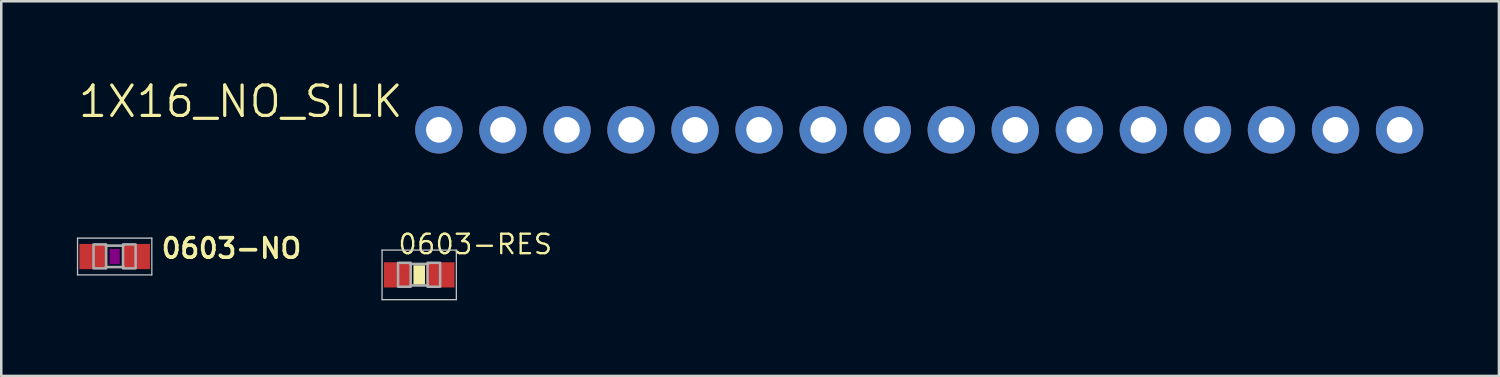
<source format=kicad_pcb>
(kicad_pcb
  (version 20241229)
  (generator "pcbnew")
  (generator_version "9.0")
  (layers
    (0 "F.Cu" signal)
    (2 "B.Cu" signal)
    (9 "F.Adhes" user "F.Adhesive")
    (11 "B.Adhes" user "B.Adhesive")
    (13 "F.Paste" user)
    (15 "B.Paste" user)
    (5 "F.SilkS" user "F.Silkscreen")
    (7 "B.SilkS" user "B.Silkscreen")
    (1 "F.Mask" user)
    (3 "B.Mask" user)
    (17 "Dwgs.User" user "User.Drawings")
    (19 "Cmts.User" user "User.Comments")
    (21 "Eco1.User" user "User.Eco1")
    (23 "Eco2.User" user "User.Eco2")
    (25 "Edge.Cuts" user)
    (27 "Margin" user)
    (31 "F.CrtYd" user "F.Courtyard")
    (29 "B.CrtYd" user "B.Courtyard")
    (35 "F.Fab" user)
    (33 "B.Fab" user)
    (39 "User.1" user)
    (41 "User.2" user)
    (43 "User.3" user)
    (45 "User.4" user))
  (footprint "0603-NO"
    (layer "F.Cu")
    (at 1.498 7.123)
    (property "Reference" "0603-NO" (at 1.778 0.127 0) (layer "F.SilkS") (effects (font (size 0.772 0.772) (thickness 0.146)) (justify left bottom)))
    (attr through_hole)
    (fp_poly (pts (xy -0.2 0.3) (xy 0.2 0.3) (xy 0.2 -0.3) (xy -0.2 -0.3)) (stroke (width 0) (type solid)) (fill yes) (layer "F.Adhes"))
    (fp_line (start -1.473 -0.729) (end 1.473 -0.729) (stroke (width 0.051) (type solid)) (layer "Dwgs.User"))
    (fp_line (start -1.473 0.729) (end -1.473 -0.729) (stroke (width 0.051) (type solid)) (layer "Dwgs.User"))
    (fp_line (start 1.473 -0.729) (end 1.473 0.729) (stroke (width 0.051) (type solid)) (layer "Dwgs.User"))
    (fp_line (start 1.473 0.729) (end -1.473 0.729) (stroke (width 0.051) (type solid)) (layer "Dwgs.User"))
    (fp_line (start -0.356 -0.432) (end 0.356 -0.432) (stroke (width 0.102) (type solid)) (layer "F.Fab"))
    (fp_line (start -0.356 0.419) (end 0.356 0.419) (stroke (width 0.102) (type solid)) (layer "F.Fab"))
    (fp_poly (pts (xy -0.838 0.47) (xy -0.338 0.47) (xy -0.338 -0.48) (xy -0.838 -0.48)) (stroke (width 0.1) (type solid)) (fill no) (layer "F.Fab"))
    (fp_poly (pts (xy 0.33 0.47) (xy 0.83 0.47) (xy 0.83 -0.48) (xy 0.33 -0.48)) (stroke (width 0.1) (type solid)) (fill no) (layer "F.Fab"))
    (pad "1" smd rect (at -0.85 0) (size 1.1 1) (layers "F.Cu" "F.Mask" "F.Paste"))
    (pad "2" smd rect (at 0.85 0) (size 1.1 1) (layers "F.Cu" "F.Mask" "F.Paste")))
  (footprint "0603-RES"
    (layer "F.Cu")
    (at 13.575 7.851)
    (property "Reference" "0603-RES" (at -0.889 -0.762 0) (layer "F.SilkS") (effects (font (size 0.772 0.772) (thickness 0.093)) (justify left bottom)))
    (attr through_hole)
    (fp_poly (pts (xy -0.229 0.381) (xy 0.229 0.381) (xy 0.229 -0.381) (xy -0.229 -0.381)) (stroke (width 0) (type solid)) (fill yes) (layer "F.SilkS"))
    (fp_poly (pts (xy -0.2 0.3) (xy 0.2 0.3) (xy 0.2 -0.3) (xy -0.2 -0.3)) (stroke (width 0) (type solid)) (fill yes) (layer "F.Adhes"))
    (fp_line (start -1.473 -0.983) (end 1.473 -0.983) (stroke (width 0.051) (type solid)) (layer "Dwgs.User"))
    (fp_line (start -1.473 0.983) (end -1.473 -0.983) (stroke (width 0.051) (type solid)) (layer "Dwgs.User"))
    (fp_line (start 1.473 -0.983) (end 1.473 0.983) (stroke (width 0.051) (type solid)) (layer "Dwgs.User"))
    (fp_line (start 1.473 0.983) (end -1.473 0.983) (stroke (width 0.051) (type solid)) (layer "Dwgs.User"))
    (fp_line (start -0.356 -0.432) (end 0.356 -0.432) (stroke (width 0.102) (type solid)) (layer "F.Fab"))
    (fp_line (start -0.356 0.419) (end 0.356 0.419) (stroke (width 0.102) (type solid)) (layer "F.Fab"))
    (fp_poly (pts (xy -0.838 0.47) (xy -0.338 0.47) (xy -0.338 -0.48) (xy -0.838 -0.48)) (stroke (width 0.1) (type solid)) (fill no) (layer "F.Fab"))
    (fp_poly (pts (xy 0.33 0.47) (xy 0.83 0.47) (xy 0.83 -0.48) (xy 0.33 -0.48)) (stroke (width 0.1) (type solid)) (fill no) (layer "F.Fab"))
    (pad "1" smd rect (at -0.85 0) (size 1.1 1) (layers "F.Cu" "F.Mask" "F.Paste"))
    (pad "2" smd rect (at 0.85 0) (size 1.1 1) (layers "F.Cu" "F.Mask" "F.Paste")))
  (footprint "1X16_NO_SILK"
    (layer "F.Cu")
    (at 14.355 2.099)
    (property "Reference" "1X16_NO_SILK" (at -1.346 -1.829 0) (layer "F.SilkS") (effects (font (size 1.206 1.206) (thickness 0.127)) (justify right top)))
    (attr through_hole)
    (fp_poly (pts (xy -0.254 0.254) (xy 0.254 0.254) (xy 0.254 -0.254) (xy -0.254 -0.254)) (stroke (width 0.1) (type solid)) (fill no) (layer "F.Fab"))
    (fp_poly (pts (xy 2.286 0.254) (xy 2.794 0.254) (xy 2.794 -0.254) (xy 2.286 -0.254)) (stroke (width 0.1) (type solid)) (fill no) (layer "F.Fab"))
    (fp_poly (pts (xy 4.826 0.254) (xy 5.334 0.254) (xy 5.334 -0.254) (xy 4.826 -0.254)) (stroke (width 0.1) (type solid)) (fill no) (layer "F.Fab"))
    (fp_poly (pts (xy 7.366 0.254) (xy 7.874 0.254) (xy 7.874 -0.254) (xy 7.366 -0.254)) (stroke (width 0.1) (type solid)) (fill no) (layer "F.Fab"))
    (fp_poly (pts (xy 9.906 0.254) (xy 10.414 0.254) (xy 10.414 -0.254) (xy 9.906 -0.254)) (stroke (width 0.1) (type solid)) (fill no) (layer "F.Fab"))
    (fp_poly (pts (xy 12.446 0.254) (xy 12.954 0.254) (xy 12.954 -0.254) (xy 12.446 -0.254)) (stroke (width 0.1) (type solid)) (fill no) (layer "F.Fab"))
    (fp_poly (pts (xy 14.986 0.254) (xy 15.494 0.254) (xy 15.494 -0.254) (xy 14.986 -0.254)) (stroke (width 0.1) (type solid)) (fill no) (layer "F.Fab"))
    (fp_poly (pts (xy 17.526 0.254) (xy 18.034 0.254) (xy 18.034 -0.254) (xy 17.526 -0.254)) (stroke (width 0.1) (type solid)) (fill no) (layer "F.Fab"))
    (fp_poly (pts (xy 20.066 0.254) (xy 20.574 0.254) (xy 20.574 -0.254) (xy 20.066 -0.254)) (stroke (width 0.1) (type solid)) (fill no) (layer "F.Fab"))
    (fp_poly (pts (xy 22.606 0.254) (xy 23.114 0.254) (xy 23.114 -0.254) (xy 22.606 -0.254)) (stroke (width 0.1) (type solid)) (fill no) (layer "F.Fab"))
    (fp_poly (pts (xy 25.146 0.254) (xy 25.654 0.254) (xy 25.654 -0.254) (xy 25.146 -0.254)) (stroke (width 0.1) (type solid)) (fill no) (layer "F.Fab"))
    (fp_poly (pts (xy 27.686 0.254) (xy 28.194 0.254) (xy 28.194 -0.254) (xy 27.686 -0.254)) (stroke (width 0.1) (type solid)) (fill no) (layer "F.Fab"))
    (fp_poly (pts (xy 30.226 0.254) (xy 30.734 0.254) (xy 30.734 -0.254) (xy 30.226 -0.254)) (stroke (width 0.1) (type solid)) (fill no) (layer "F.Fab"))
    (fp_poly (pts (xy 32.766 0.254) (xy 33.274 0.254) (xy 33.274 -0.254) (xy 32.766 -0.254)) (stroke (width 0.1) (type solid)) (fill no) (layer "F.Fab"))
    (fp_poly (pts (xy 35.306 0.254) (xy 35.814 0.254) (xy 35.814 -0.254) (xy 35.306 -0.254)) (stroke (width 0.1) (type solid)) (fill no) (layer "F.Fab"))
    (fp_poly (pts (xy 37.846 0.254) (xy 38.354 0.254) (xy 38.354 -0.254) (xy 37.846 -0.254)) (stroke (width 0.1) (type solid)) (fill no) (layer "F.Fab"))
    (pad "1" thru_hole circle (at 0 0 90) (size 1.88 1.88) (drill 1.016) (layers "*.Cu" "*.Mask"))
    (pad "2" thru_hole circle (at 2.54 0 90) (size 1.88 1.88) (drill 1.016) (layers "*.Cu" "*.Mask"))
    (pad "3" thru_hole circle (at 5.08 0 90) (size 1.88 1.88) (drill 1.016) (layers "*.Cu" "*.Mask"))
    (pad "4" thru_hole circle (at 7.62 0 90) (size 1.88 1.88) (drill 1.016) (layers "*.Cu" "*.Mask"))
    (pad "5" thru_hole circle (at 10.16 0 90) (size 1.88 1.88) (drill 1.016) (layers "*.Cu" "*.Mask"))
    (pad "6" thru_hole circle (at 12.7 0 90) (size 1.88 1.88) (drill 1.016) (layers "*.Cu" "*.Mask"))
    (pad "7" thru_hole circle (at 15.24 0 90) (size 1.88 1.88) (drill 1.016) (layers "*.Cu" "*.Mask"))
    (pad "8" thru_hole circle (at 17.78 0 90) (size 1.88 1.88) (drill 1.016) (layers "*.Cu" "*.Mask"))
    (pad "9" thru_hole circle (at 20.32 0 90) (size 1.88 1.88) (drill 1.016) (layers "*.Cu" "*.Mask"))
    (pad "10" thru_hole circle (at 22.86 0 90) (size 1.88 1.88) (drill 1.016) (layers "*.Cu" "*.Mask"))
    (pad "11" thru_hole circle (at 25.4 0 90) (size 1.88 1.88) (drill 1.016) (layers "*.Cu" "*.Mask"))
    (pad "12" thru_hole circle (at 27.94 0 90) (size 1.88 1.88) (drill 1.016) (layers "*.Cu" "*.Mask"))
    (pad "13" thru_hole circle (at 30.48 0 90) (size 1.88 1.88) (drill 1.016) (layers "*.Cu" "*.Mask"))
    (pad "14" thru_hole circle (at 33.02 0 90) (size 1.88 1.88) (drill 1.016) (layers "*.Cu" "*.Mask"))
    (pad "15" thru_hole circle (at 35.56 0 90) (size 1.88 1.88) (drill 1.016) (layers "*.Cu" "*.Mask"))
    (pad "16" thru_hole circle (at 38.1 0 90) (size 1.88 1.88) (drill 1.016) (layers "*.Cu" "*.Mask")))
  (gr_rect
    (start -3 -3)
    (end 56.395 11.859)
    (stroke (width 0.1) (type default))
    (fill no)
    (layer "Edge.Cuts")))
</source>
